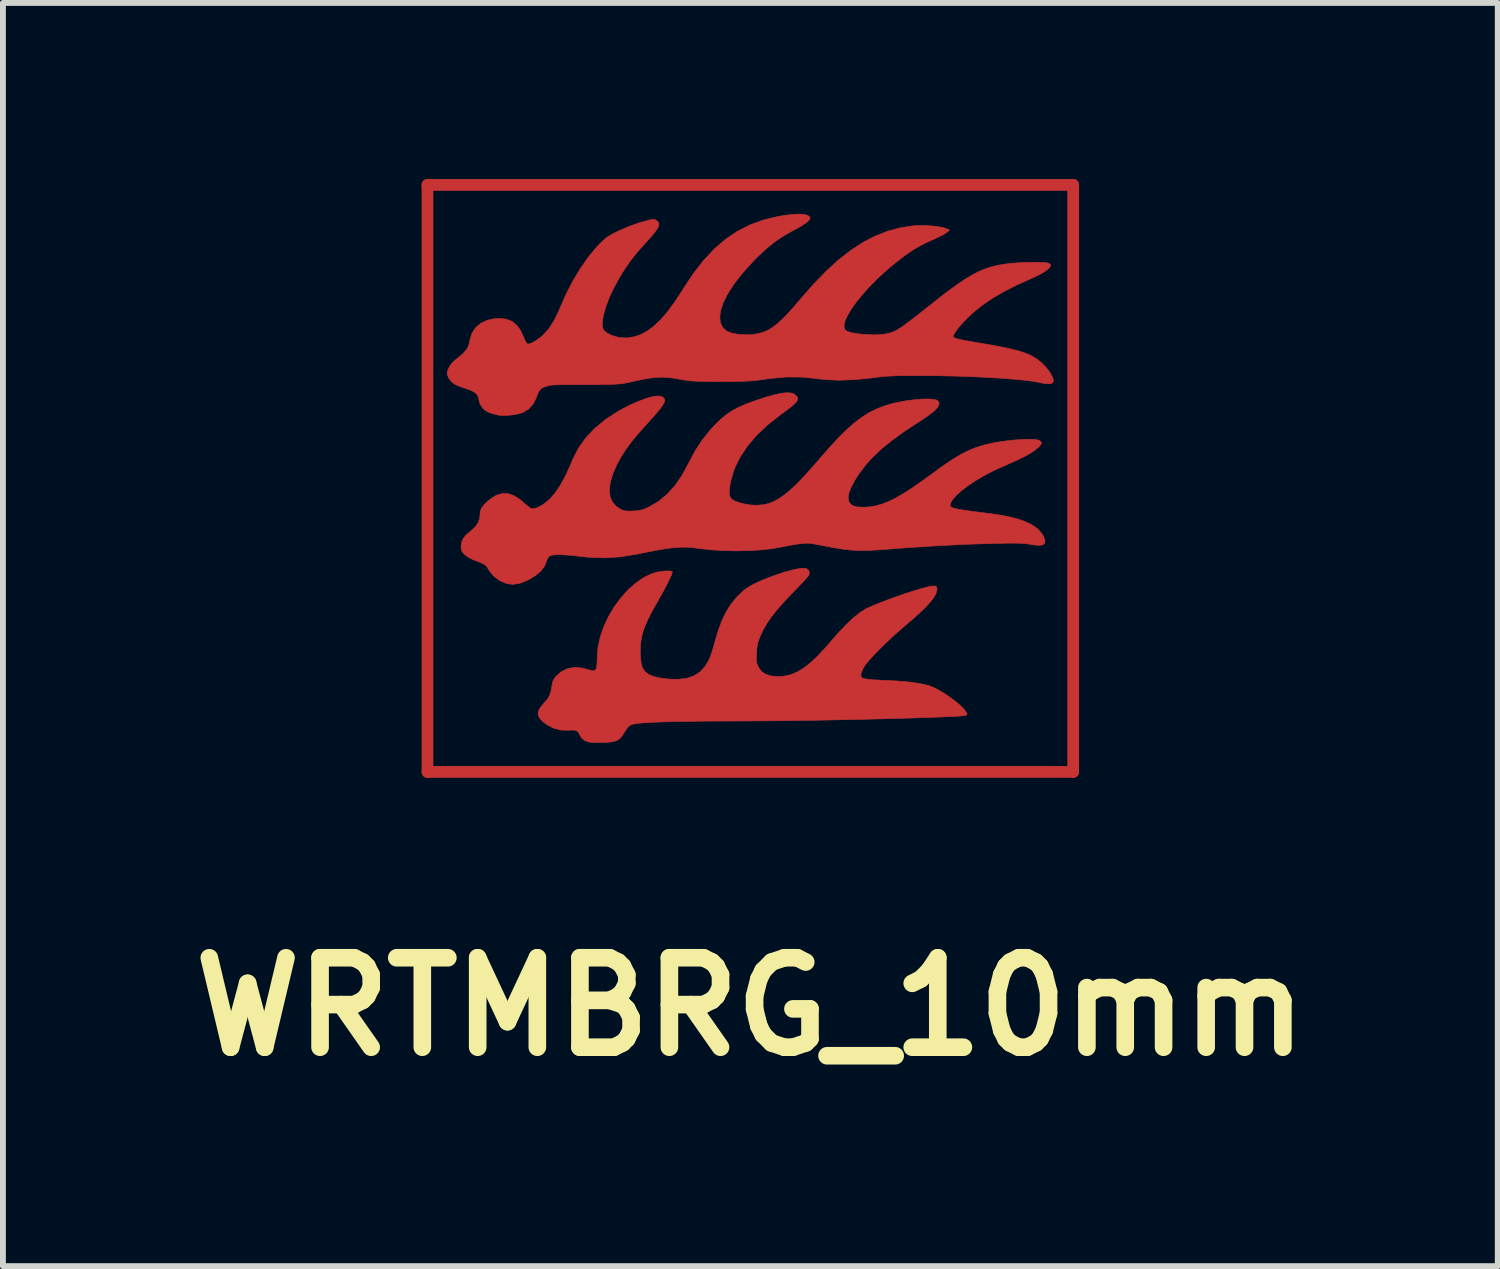
<source format=kicad_pcb>
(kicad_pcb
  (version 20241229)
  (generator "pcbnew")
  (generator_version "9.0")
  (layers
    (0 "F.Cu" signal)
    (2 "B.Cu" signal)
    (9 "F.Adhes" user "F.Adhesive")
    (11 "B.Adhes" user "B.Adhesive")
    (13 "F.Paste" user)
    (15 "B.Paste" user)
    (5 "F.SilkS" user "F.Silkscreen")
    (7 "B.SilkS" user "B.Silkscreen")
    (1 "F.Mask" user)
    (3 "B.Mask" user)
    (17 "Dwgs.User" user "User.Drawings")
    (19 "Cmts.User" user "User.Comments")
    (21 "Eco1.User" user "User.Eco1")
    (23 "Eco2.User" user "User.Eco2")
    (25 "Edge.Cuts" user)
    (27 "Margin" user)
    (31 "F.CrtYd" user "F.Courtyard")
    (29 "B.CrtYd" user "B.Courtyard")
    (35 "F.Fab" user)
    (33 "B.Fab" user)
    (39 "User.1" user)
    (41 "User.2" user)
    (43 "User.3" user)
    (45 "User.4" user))
  (footprint "WRTMBRG_10mm"
    (layer "F.Cu")
    (at 9.732 5.1)
    (property "Reference" "WRTMBRG_10mm" (at 0 9 0) (layer "F.SilkS") (effects (font (size 1.524 1.524) (thickness 0.3))))
    (attr through_hole)
    (fp_line (start -5.5 -5) (end 5.5 -5) (stroke (width 0.2) (type solid)) (layer "F.Cu"))
    (fp_line (start -5.5 5) (end -5.5 -5) (stroke (width 0.2) (type solid)) (layer "F.Cu"))
    (fp_line (start -5.5 5) (end 5.5 5) (stroke (width 0.2) (type solid)) (layer "F.Cu"))
    (fp_line (start 5.5 -5) (end 5.5 5) (stroke (width 0.2) (type solid)) (layer "F.Cu"))
    (fp_poly (pts (xy 0.934 1.53) (xy 0.941 1.531) (xy 0.986 1.556) (xy 1.006 1.598) (xy 0.998 1.646) (xy 0.997 1.647) (xy 0.98 1.67) (xy 0.943 1.712) (xy 0.889 1.771) (xy 0.822 1.842) (xy 0.746 1.921) (xy 0.704 1.964) (xy 0.565 2.11) (xy 0.45 2.241) (xy 0.356 2.36) (xy 0.279 2.473) (xy 0.216 2.583) (xy 0.169 2.685) (xy 0.14 2.76) (xy 0.121 2.825) (xy 0.111 2.894) (xy 0.106 2.98) (xy 0.104 3.059) (xy 0.106 3.115) (xy 0.113 3.157) (xy 0.128 3.195) (xy 0.139 3.217) (xy 0.19 3.289) (xy 0.263 3.338) (xy 0.358 3.366) (xy 0.471 3.375) (xy 0.584 3.367) (xy 0.693 3.342) (xy 0.801 3.296) (xy 0.911 3.229) (xy 1.027 3.139) (xy 1.149 3.023) (xy 1.283 2.88) (xy 1.372 2.777) (xy 1.513 2.617) (xy 1.644 2.48) (xy 1.764 2.368) (xy 1.872 2.282) (xy 1.965 2.224) (xy 1.973 2.22) (xy 2.074 2.174) (xy 2.199 2.123) (xy 2.339 2.069) (xy 2.488 2.015) (xy 2.637 1.963) (xy 2.78 1.917) (xy 2.908 1.878) (xy 3.015 1.85) (xy 3.034 1.845) (xy 3.107 1.833) (xy 3.153 1.834) (xy 3.176 1.852) (xy 3.18 1.888) (xy 3.178 1.905) (xy 3.161 1.962) (xy 3.125 2.027) (xy 3.07 2.1) (xy 2.992 2.185) (xy 2.892 2.283) (xy 2.766 2.396) (xy 2.624 2.517) (xy 2.514 2.612) (xy 2.402 2.714) (xy 2.291 2.818) (xy 2.187 2.921) (xy 2.095 3.017) (xy 2.018 3.103) (xy 1.961 3.173) (xy 1.949 3.189) (xy 1.916 3.245) (xy 1.892 3.3) (xy 1.885 3.326) (xy 1.883 3.356) (xy 1.889 3.38) (xy 1.907 3.398) (xy 1.941 3.411) (xy 1.995 3.421) (xy 2.073 3.429) (xy 2.177 3.435) (xy 2.288 3.44) (xy 2.505 3.451) (xy 2.696 3.468) (xy 2.859 3.49) (xy 2.99 3.516) (xy 3.041 3.53) (xy 3.116 3.559) (xy 3.201 3.602) (xy 3.293 3.656) (xy 3.385 3.717) (xy 3.473 3.782) (xy 3.553 3.847) (xy 3.618 3.908) (xy 3.665 3.961) (xy 3.689 4.004) (xy 3.691 4.015) (xy 3.687 4.027) (xy 3.671 4.036) (xy 3.638 4.042) (xy 3.582 4.047) (xy 3.5 4.052) (xy 3.467 4.054) (xy 3.26 4.063) (xy 3.023 4.072) (xy 2.761 4.081) (xy 2.479 4.089) (xy 2.182 4.097) (xy 1.873 4.104) (xy 1.558 4.111) (xy 1.24 4.117) (xy 0.925 4.122) (xy 0.617 4.126) (xy 0.321 4.129) (xy 0.041 4.131) (xy -0.212 4.132) (xy -0.542 4.133) (xy -0.84 4.135) (xy -1.104 4.139) (xy -1.335 4.143) (xy -1.533 4.149) (xy -1.697 4.156) (xy -1.827 4.164) (xy -1.924 4.173) (xy -1.987 4.184) (xy -1.998 4.186) (xy -2.033 4.198) (xy -2.059 4.212) (xy -2.084 4.234) (xy -2.111 4.27) (xy -2.148 4.326) (xy -2.176 4.372) (xy -2.213 4.421) (xy -2.258 4.455) (xy -2.316 4.478) (xy -2.395 4.492) (xy -2.501 4.498) (xy -2.513 4.498) (xy -2.595 4.499) (xy -2.669 4.497) (xy -2.726 4.493) (xy -2.752 4.49) (xy -2.821 4.465) (xy -2.867 4.43) (xy -2.901 4.377) (xy -2.904 4.369) (xy -2.932 4.321) (xy -2.969 4.294) (xy -3.022 4.285) (xy -3.096 4.289) (xy -3.223 4.287) (xy -3.349 4.255) (xy -3.467 4.194) (xy -3.538 4.139) (xy -3.59 4.082) (xy -3.615 4.027) (xy -3.611 3.97) (xy -3.579 3.905) (xy -3.517 3.83) (xy -3.506 3.817) (xy -3.454 3.757) (xy -3.419 3.696) (xy -3.396 3.624) (xy -3.38 3.531) (xy -3.378 3.517) (xy -3.361 3.449) (xy -3.326 3.39) (xy -3.306 3.367) (xy -3.213 3.288) (xy -3.106 3.238) (xy -2.987 3.219) (xy -2.859 3.231) (xy -2.79 3.25) (xy -2.731 3.267) (xy -2.682 3.276) (xy -2.655 3.276) (xy -2.633 3.255) (xy -2.618 3.21) (xy -2.61 3.137) (xy -2.608 3.039) (xy -2.594 2.868) (xy -2.555 2.694) (xy -2.494 2.519) (xy -2.414 2.348) (xy -2.316 2.185) (xy -2.204 2.033) (xy -2.081 1.897) (xy -1.95 1.781) (xy -1.813 1.687) (xy -1.673 1.621) (xy -1.578 1.594) (xy -1.507 1.582) (xy -1.437 1.576) (xy -1.379 1.576) (xy -1.341 1.583) (xy -1.331 1.589) (xy -1.333 1.613) (xy -1.353 1.664) (xy -1.388 1.739) (xy -1.438 1.837) (xy -1.501 1.955) (xy -1.578 2.091) (xy -1.595 2.122) (xy -1.676 2.266) (xy -1.739 2.389) (xy -1.787 2.496) (xy -1.823 2.592) (xy -1.848 2.684) (xy -1.863 2.765) (xy -1.874 2.864) (xy -1.876 2.97) (xy -1.87 3.073) (xy -1.857 3.162) (xy -1.84 3.222) (xy -1.801 3.284) (xy -1.74 3.334) (xy -1.655 3.372) (xy -1.543 3.399) (xy -1.4 3.417) (xy -1.396 3.418) (xy -1.227 3.423) (xy -1.081 3.404) (xy -0.958 3.362) (xy -0.854 3.294) (xy -0.769 3.201) (xy -0.702 3.088) (xy -0.682 3.037) (xy -0.656 2.963) (xy -0.629 2.875) (xy -0.603 2.784) (xy -0.602 2.779) (xy -0.544 2.583) (xy -0.481 2.416) (xy -0.411 2.272) (xy -0.331 2.145) (xy -0.237 2.03) (xy -0.194 1.985) (xy -0.128 1.923) (xy -0.068 1.875) (xy -0.002 1.833) (xy 0.081 1.79) (xy 0.104 1.779) (xy 0.219 1.727) (xy 0.341 1.679) (xy 0.466 1.634) (xy 0.587 1.595) (xy 0.7 1.564) (xy 0.799 1.542) (xy 0.879 1.53) (xy 0.934 1.53)) (stroke (width 0.01) (type solid)) (fill yes) (layer "F.Cu"))
    (fp_poly (pts (xy 0.691 -1.456) (xy 0.743 -1.438) (xy 0.758 -1.428) (xy 0.79 -1.399) (xy 0.806 -1.371) (xy 0.805 -1.339) (xy 0.783 -1.302) (xy 0.738 -1.257) (xy 0.67 -1.201) (xy 0.577 -1.131) (xy 0.526 -1.095) (xy 0.303 -0.92) (xy 0.111 -0.74) (xy -0.049 -0.553) (xy -0.177 -0.361) (xy -0.272 -0.164) (xy -0.333 0.037) (xy -0.352 0.144) (xy -0.36 0.229) (xy -0.355 0.292) (xy -0.332 0.339) (xy -0.288 0.374) (xy -0.219 0.403) (xy -0.125 0.43) (xy -0.005 0.452) (xy 0.119 0.457) (xy 0.237 0.446) (xy 0.328 0.423) (xy 0.413 0.386) (xy 0.498 0.338) (xy 0.587 0.275) (xy 0.681 0.197) (xy 0.784 0.101) (xy 0.898 -0.016) (xy 1.026 -0.157) (xy 1.171 -0.323) (xy 1.177 -0.33) (xy 1.343 -0.52) (xy 1.494 -0.684) (xy 1.634 -0.823) (xy 1.766 -0.941) (xy 1.894 -1.038) (xy 2.021 -1.119) (xy 2.151 -1.184) (xy 2.287 -1.236) (xy 2.432 -1.278) (xy 2.59 -1.311) (xy 2.699 -1.329) (xy 2.819 -1.343) (xy 2.932 -1.352) (xy 3.033 -1.354) (xy 3.113 -1.349) (xy 3.168 -1.337) (xy 3.174 -1.335) (xy 3.211 -1.305) (xy 3.216 -1.264) (xy 3.19 -1.212) (xy 3.144 -1.16) (xy 3.104 -1.127) (xy 3.042 -1.08) (xy 2.965 -1.027) (xy 2.881 -0.97) (xy 2.835 -0.941) (xy 2.609 -0.792) (xy 2.412 -0.649) (xy 2.241 -0.51) (xy 2.094 -0.372) (xy 1.966 -0.232) (xy 1.855 -0.086) (xy 1.779 0.032) (xy 1.714 0.154) (xy 1.676 0.256) (xy 1.666 0.34) (xy 1.677 0.391) (xy 1.707 0.438) (xy 1.755 0.469) (xy 1.825 0.486) (xy 1.923 0.491) (xy 1.923 0.491) (xy 2.029 0.485) (xy 2.136 0.468) (xy 2.246 0.436) (xy 2.363 0.39) (xy 2.49 0.327) (xy 2.629 0.245) (xy 2.784 0.144) (xy 2.958 0.022) (xy 3.083 -0.069) (xy 3.244 -0.187) (xy 3.385 -0.284) (xy 3.51 -0.364) (xy 3.624 -0.429) (xy 3.732 -0.481) (xy 3.838 -0.524) (xy 3.947 -0.559) (xy 4.003 -0.574) (xy 4.111 -0.599) (xy 4.23 -0.621) (xy 4.356 -0.639) (xy 4.482 -0.653) (xy 4.603 -0.662) (xy 4.713 -0.667) (xy 4.807 -0.667) (xy 4.878 -0.66) (xy 4.923 -0.647) (xy 4.923 -0.647) (xy 4.953 -0.622) (xy 4.957 -0.594) (xy 4.933 -0.557) (xy 4.896 -0.521) (xy 4.832 -0.47) (xy 4.747 -0.416) (xy 4.639 -0.358) (xy 4.504 -0.294) (xy 4.398 -0.247) (xy 4.263 -0.187) (xy 4.152 -0.136) (xy 4.056 -0.088) (xy 3.969 -0.041) (xy 3.881 0.011) (xy 3.828 0.043) (xy 3.708 0.123) (xy 3.604 0.202) (xy 3.518 0.277) (xy 3.454 0.347) (xy 3.415 0.407) (xy 3.404 0.45) (xy 3.405 0.466) (xy 3.412 0.48) (xy 3.426 0.492) (xy 3.452 0.503) (xy 3.492 0.514) (xy 3.549 0.526) (xy 3.626 0.539) (xy 3.726 0.553) (xy 3.852 0.57) (xy 4.008 0.59) (xy 4.098 0.601) (xy 4.318 0.635) (xy 4.506 0.677) (xy 4.664 0.728) (xy 4.792 0.788) (xy 4.892 0.857) (xy 4.964 0.937) (xy 4.994 0.988) (xy 5.018 1.053) (xy 5.016 1.099) (xy 4.988 1.128) (xy 4.932 1.14) (xy 4.848 1.135) (xy 4.778 1.124) (xy 4.729 1.116) (xy 4.677 1.109) (xy 4.62 1.105) (xy 4.55 1.103) (xy 4.464 1.102) (xy 4.356 1.103) (xy 4.221 1.106) (xy 4.149 1.107) (xy 3.67 1.122) (xy 3.166 1.148) (xy 2.633 1.183) (xy 2.358 1.204) (xy 2.188 1.216) (xy 2.045 1.225) (xy 1.92 1.228) (xy 1.807 1.226) (xy 1.698 1.219) (xy 1.586 1.206) (xy 1.463 1.187) (xy 1.322 1.161) (xy 1.264 1.15) (xy 1.159 1.13) (xy 1.08 1.115) (xy 1.019 1.107) (xy 0.969 1.103) (xy 0.924 1.104) (xy 0.876 1.109) (xy 0.833 1.114) (xy 0.742 1.128) (xy 0.639 1.147) (xy 0.544 1.165) (xy 0.535 1.167) (xy 0.366 1.197) (xy 0.173 1.218) (xy -0.037 1.23) (xy -0.255 1.234) (xy -0.473 1.229) (xy -0.683 1.215) (xy -0.864 1.194) (xy -0.963 1.181) (xy -1.056 1.173) (xy -1.149 1.171) (xy -1.247 1.174) (xy -1.353 1.185) (xy -1.474 1.202) (xy -1.614 1.226) (xy -1.778 1.258) (xy -1.922 1.288) (xy -2.208 1.335) (xy -2.486 1.353) (xy -2.765 1.342) (xy -2.877 1.33) (xy -3.025 1.313) (xy -3.156 1.303) (xy -3.264 1.299) (xy -3.348 1.302) (xy -3.404 1.312) (xy -3.416 1.318) (xy -3.448 1.35) (xy -3.464 1.385) (xy -3.5 1.484) (xy -3.564 1.572) (xy -3.658 1.653) (xy -3.783 1.728) (xy -3.799 1.736) (xy -3.927 1.786) (xy -4.043 1.805) (xy -4.147 1.792) (xy -4.157 1.789) (xy -4.281 1.734) (xy -4.381 1.655) (xy -4.46 1.552) (xy -4.474 1.526) (xy -4.494 1.497) (xy -4.522 1.472) (xy -4.564 1.447) (xy -4.627 1.42) (xy -4.716 1.386) (xy -4.73 1.381) (xy -4.793 1.35) (xy -4.852 1.309) (xy -4.87 1.293) (xy -4.907 1.25) (xy -4.924 1.21) (xy -4.928 1.157) (xy -4.919 1.087) (xy -4.891 1.024) (xy -4.84 0.962) (xy -4.762 0.895) (xy -4.681 0.821) (xy -4.631 0.746) (xy -4.608 0.666) (xy -4.606 0.627) (xy -4.6 0.57) (xy -4.585 0.518) (xy -4.582 0.511) (xy -4.543 0.457) (xy -4.485 0.398) (xy -4.416 0.342) (xy -4.348 0.298) (xy -4.325 0.287) (xy -4.225 0.258) (xy -4.129 0.259) (xy -4.032 0.291) (xy -3.932 0.354) (xy -3.873 0.403) (xy -3.821 0.448) (xy -3.775 0.485) (xy -3.744 0.507) (xy -3.743 0.508) (xy -3.695 0.517) (xy -3.633 0.501) (xy -3.555 0.46) (xy -3.489 0.414) (xy -3.405 0.341) (xy -3.324 0.246) (xy -3.244 0.128) (xy -3.163 -0.017) (xy -3.081 -0.191) (xy -3.023 -0.327) (xy -2.928 -0.514) (xy -2.803 -0.69) (xy -2.647 -0.855) (xy -2.463 -1.006) (xy -2.253 -1.143) (xy -2.058 -1.246) (xy -1.903 -1.314) (xy -1.77 -1.364) (xy -1.659 -1.394) (xy -1.571 -1.405) (xy -1.509 -1.395) (xy -1.483 -1.379) (xy -1.466 -1.357) (xy -1.459 -1.332) (xy -1.465 -1.301) (xy -1.484 -1.262) (xy -1.518 -1.211) (xy -1.571 -1.145) (xy -1.642 -1.063) (xy -1.735 -0.959) (xy -1.776 -0.914) (xy -1.912 -0.762) (xy -2.024 -0.626) (xy -2.117 -0.5) (xy -2.195 -0.38) (xy -2.262 -0.26) (xy -2.269 -0.246) (xy -2.342 -0.081) (xy -2.386 0.067) (xy -2.402 0.197) (xy -2.39 0.309) (xy -2.349 0.404) (xy -2.28 0.48) (xy -2.218 0.521) (xy -2.176 0.541) (xy -2.136 0.553) (xy -2.087 0.557) (xy -2.019 0.556) (xy -1.998 0.555) (xy -1.917 0.549) (xy -1.853 0.538) (xy -1.792 0.516) (xy -1.727 0.487) (xy -1.567 0.394) (xy -1.422 0.275) (xy -1.289 0.129) (xy -1.167 -0.046) (xy -1.055 -0.252) (xy -1.05 -0.261) (xy -0.943 -0.465) (xy -0.825 -0.646) (xy -0.69 -0.815) (xy -0.611 -0.903) (xy -0.513 -0.999) (xy -0.416 -1.081) (xy -0.314 -1.15) (xy -0.2 -1.211) (xy -0.067 -1.269) (xy 0.092 -1.327) (xy 0.119 -1.336) (xy 0.283 -1.389) (xy 0.42 -1.427) (xy 0.532 -1.451) (xy 0.621 -1.46) (xy 0.691 -1.456)) (stroke (width 0.01) (type solid)) (fill yes) (layer "F.Cu"))
    (fp_poly (pts (xy 0.907 -4.498) (xy 0.963 -4.486) (xy 1.004 -4.464) (xy 1.018 -4.437) (xy 1.003 -4.403) (xy 0.959 -4.361) (xy 0.886 -4.311) (xy 0.781 -4.251) (xy 0.731 -4.225) (xy 0.64 -4.174) (xy 0.542 -4.115) (xy 0.451 -4.056) (xy 0.403 -4.021) (xy 0.266 -3.91) (xy 0.126 -3.779) (xy -0.012 -3.635) (xy -0.143 -3.486) (xy -0.26 -3.337) (xy -0.356 -3.195) (xy -0.395 -3.13) (xy -0.464 -2.989) (xy -0.506 -2.861) (xy -0.521 -2.749) (xy -0.51 -2.652) (xy -0.473 -2.574) (xy -0.41 -2.515) (xy -0.379 -2.498) (xy -0.3 -2.471) (xy -0.199 -2.454) (xy -0.087 -2.447) (xy 0.026 -2.45) (xy 0.065 -2.455) (xy 0.152 -2.471) (xy 0.233 -2.495) (xy 0.311 -2.53) (xy 0.389 -2.579) (xy 0.471 -2.644) (xy 0.56 -2.727) (xy 0.66 -2.831) (xy 0.773 -2.959) (xy 0.86 -3.061) (xy 1.082 -3.314) (xy 1.297 -3.535) (xy 1.507 -3.726) (xy 1.714 -3.887) (xy 1.92 -4.021) (xy 2.127 -4.128) (xy 2.336 -4.21) (xy 2.549 -4.268) (xy 2.755 -4.301) (xy 2.858 -4.308) (xy 2.971 -4.308) (xy 3.085 -4.302) (xy 3.19 -4.29) (xy 3.279 -4.274) (xy 3.334 -4.257) (xy 3.395 -4.231) (xy 3.344 -4.19) (xy 3.307 -4.165) (xy 3.248 -4.133) (xy 3.176 -4.099) (xy 3.133 -4.079) (xy 2.994 -4.016) (xy 2.876 -3.955) (xy 2.765 -3.889) (xy 2.651 -3.811) (xy 2.591 -3.767) (xy 2.44 -3.649) (xy 2.294 -3.524) (xy 2.157 -3.396) (xy 2.029 -3.267) (xy 1.914 -3.139) (xy 1.813 -3.016) (xy 1.728 -2.899) (xy 1.663 -2.792) (xy 1.618 -2.698) (xy 1.597 -2.618) (xy 1.599 -2.563) (xy 1.615 -2.532) (xy 1.649 -2.507) (xy 1.704 -2.487) (xy 1.783 -2.471) (xy 1.892 -2.458) (xy 1.932 -2.454) (xy 2.114 -2.445) (xy 2.268 -2.454) (xy 2.395 -2.482) (xy 2.46 -2.508) (xy 2.498 -2.528) (xy 2.538 -2.552) (xy 2.583 -2.582) (xy 2.638 -2.621) (xy 2.705 -2.671) (xy 2.787 -2.734) (xy 2.888 -2.813) (xy 3.011 -2.911) (xy 3.059 -2.948) (xy 3.238 -3.09) (xy 3.396 -3.21) (xy 3.536 -3.311) (xy 3.661 -3.395) (xy 3.776 -3.464) (xy 3.883 -3.52) (xy 3.986 -3.564) (xy 4.089 -3.599) (xy 4.194 -3.626) (xy 4.307 -3.647) (xy 4.394 -3.659) (xy 4.471 -3.667) (xy 4.565 -3.673) (xy 4.668 -3.678) (xy 4.773 -3.68) (xy 4.873 -3.681) (xy 4.96 -3.679) (xy 5.028 -3.676) (xy 5.068 -3.67) (xy 5.107 -3.65) (xy 5.114 -3.621) (xy 5.091 -3.584) (xy 5.039 -3.541) (xy 4.96 -3.491) (xy 4.855 -3.438) (xy 4.776 -3.402) (xy 4.529 -3.291) (xy 4.313 -3.18) (xy 4.122 -3.069) (xy 3.953 -2.953) (xy 3.802 -2.832) (xy 3.69 -2.727) (xy 3.613 -2.646) (xy 3.547 -2.57) (xy 3.496 -2.502) (xy 3.464 -2.448) (xy 3.454 -2.414) (xy 3.462 -2.403) (xy 3.486 -2.391) (xy 3.529 -2.377) (xy 3.595 -2.362) (xy 3.686 -2.344) (xy 3.805 -2.323) (xy 3.932 -2.301) (xy 4.131 -2.267) (xy 4.3 -2.235) (xy 4.442 -2.204) (xy 4.562 -2.174) (xy 4.662 -2.143) (xy 4.747 -2.109) (xy 4.82 -2.072) (xy 4.885 -2.03) (xy 4.945 -1.983) (xy 4.975 -1.956) (xy 5.04 -1.889) (xy 5.095 -1.817) (xy 5.136 -1.748) (xy 5.159 -1.689) (xy 5.162 -1.655) (xy 5.142 -1.625) (xy 5.094 -1.612) (xy 5.022 -1.615) (xy 4.934 -1.632) (xy 4.852 -1.649) (xy 4.741 -1.665) (xy 4.602 -1.68) (xy 4.441 -1.695) (xy 4.26 -1.708) (xy 4.063 -1.72) (xy 3.854 -1.73) (xy 3.637 -1.739) (xy 3.414 -1.745) (xy 3.19 -1.75) (xy 2.968 -1.752) (xy 2.946 -1.752) (xy 2.783 -1.752) (xy 2.648 -1.751) (xy 2.536 -1.75) (xy 2.442 -1.747) (xy 2.36 -1.743) (xy 2.285 -1.738) (xy 2.212 -1.731) (xy 2.135 -1.721) (xy 2.074 -1.713) (xy 1.783 -1.683) (xy 1.507 -1.673) (xy 1.253 -1.685) (xy 1.118 -1.702) (xy 0.87 -1.727) (xy 0.614 -1.728) (xy 0.344 -1.704) (xy 0.254 -1.691) (xy 0.17 -1.679) (xy 0.094 -1.67) (xy 0.019 -1.663) (xy -0.061 -1.658) (xy -0.152 -1.654) (xy -0.26 -1.652) (xy -0.392 -1.652) (xy -0.5 -1.651) (xy -0.647 -1.651) (xy -0.767 -1.652) (xy -0.864 -1.654) (xy -0.943 -1.657) (xy -1.01 -1.662) (xy -1.071 -1.669) (xy -1.131 -1.678) (xy -1.196 -1.689) (xy -1.197 -1.689) (xy -1.308 -1.708) (xy -1.408 -1.72) (xy -1.501 -1.725) (xy -1.594 -1.722) (xy -1.696 -1.711) (xy -1.811 -1.692) (xy -1.948 -1.664) (xy -2.057 -1.639) (xy -2.105 -1.629) (xy -2.149 -1.62) (xy -2.195 -1.614) (xy -2.246 -1.609) (xy -2.307 -1.605) (xy -2.383 -1.603) (xy -2.477 -1.601) (xy -2.595 -1.6) (xy -2.74 -1.6) (xy -2.811 -1.6) (xy -2.969 -1.599) (xy -3.097 -1.599) (xy -3.199 -1.597) (xy -3.279 -1.595) (xy -3.34 -1.593) (xy -3.388 -1.589) (xy -3.424 -1.583) (xy -3.454 -1.576) (xy -3.482 -1.568) (xy -3.488 -1.566) (xy -3.538 -1.546) (xy -3.573 -1.523) (xy -3.599 -1.49) (xy -3.623 -1.439) (xy -3.648 -1.37) (xy -3.701 -1.266) (xy -3.778 -1.182) (xy -3.875 -1.124) (xy -3.889 -1.118) (xy -3.96 -1.098) (xy -4.048 -1.083) (xy -4.141 -1.074) (xy -4.226 -1.072) (xy -4.284 -1.077) (xy -4.392 -1.103) (xy -4.472 -1.133) (xy -4.531 -1.172) (xy -4.553 -1.194) (xy -4.587 -1.24) (xy -4.61 -1.283) (xy -4.614 -1.296) (xy -4.625 -1.348) (xy -4.631 -1.38) (xy -4.652 -1.426) (xy -4.694 -1.466) (xy -4.762 -1.502) (xy -4.853 -1.534) (xy -4.924 -1.558) (xy -4.989 -1.584) (xy -5.037 -1.606) (xy -5.044 -1.61) (xy -5.096 -1.653) (xy -5.138 -1.71) (xy -5.162 -1.768) (xy -5.165 -1.791) (xy -5.152 -1.85) (xy -5.119 -1.915) (xy -5.071 -1.977) (xy -5.035 -2.01) (xy -4.946 -2.081) (xy -4.881 -2.14) (xy -4.836 -2.194) (xy -4.805 -2.248) (xy -4.786 -2.31) (xy -4.775 -2.366) (xy -4.741 -2.475) (xy -4.68 -2.568) (xy -4.594 -2.641) (xy -4.487 -2.693) (xy -4.362 -2.721) (xy -4.279 -2.726) (xy -4.161 -2.714) (xy -4.062 -2.676) (xy -3.979 -2.61) (xy -3.912 -2.516) (xy -3.862 -2.405) (xy -3.839 -2.349) (xy -3.815 -2.308) (xy -3.798 -2.291) (xy -3.762 -2.292) (xy -3.709 -2.314) (xy -3.644 -2.353) (xy -3.574 -2.404) (xy -3.527 -2.444) (xy -3.431 -2.552) (xy -3.341 -2.692) (xy -3.258 -2.864) (xy -3.241 -2.905) (xy -3.139 -3.138) (xy -3.023 -3.363) (xy -2.896 -3.574) (xy -2.764 -3.765) (xy -2.628 -3.929) (xy -2.591 -3.969) (xy -2.525 -4.036) (xy -2.47 -4.086) (xy -2.417 -4.125) (xy -2.356 -4.161) (xy -2.275 -4.201) (xy -2.261 -4.208) (xy -2.08 -4.287) (xy -1.897 -4.353) (xy -1.724 -4.402) (xy -1.714 -4.404) (xy -1.66 -4.412) (xy -1.623 -4.407) (xy -1.598 -4.394) (xy -1.569 -4.368) (xy -1.557 -4.336) (xy -1.563 -4.296) (xy -1.59 -4.245) (xy -1.638 -4.179) (xy -1.709 -4.096) (xy -1.782 -4.016) (xy -1.93 -3.85) (xy -2.057 -3.689) (xy -2.17 -3.521) (xy -2.243 -3.399) (xy -2.335 -3.229) (xy -2.41 -3.065) (xy -2.467 -2.911) (xy -2.505 -2.772) (xy -2.522 -2.653) (xy -2.523 -2.625) (xy -2.516 -2.565) (xy -2.492 -2.518) (xy -2.445 -2.479) (xy -2.37 -2.44) (xy -2.368 -2.439) (xy -2.241 -2.401) (xy -2.106 -2.393) (xy -1.981 -2.412) (xy -1.864 -2.452) (xy -1.751 -2.513) (xy -1.638 -2.597) (xy -1.524 -2.707) (xy -1.408 -2.842) (xy -1.287 -3.007) (xy -1.159 -3.202) (xy -1.137 -3.238) (xy -0.967 -3.494) (xy -0.793 -3.717) (xy -0.612 -3.91) (xy -0.422 -4.074) (xy -0.221 -4.209) (xy -0.008 -4.318) (xy 0.219 -4.401) (xy 0.463 -4.461) (xy 0.568 -4.479) (xy 0.709 -4.497) (xy 0.821 -4.503) (xy 0.907 -4.498)) (stroke (width 0.01) (type solid)) (fill yes) (layer "F.Cu"))
    (fp_poly (pts (xy 5.5 5) (xy -5.5 5) (xy -5.5 -5) (xy 5.5 -5)) (stroke (width 0.1) (type solid)) (fill yes) (layer "F.Mask")))
  (gr_rect
    (start -3 -3)
    (end 22.464 18.518)
    (stroke (width 0.1) (type default))
    (fill no)
    (layer "Edge.Cuts")))
</source>
